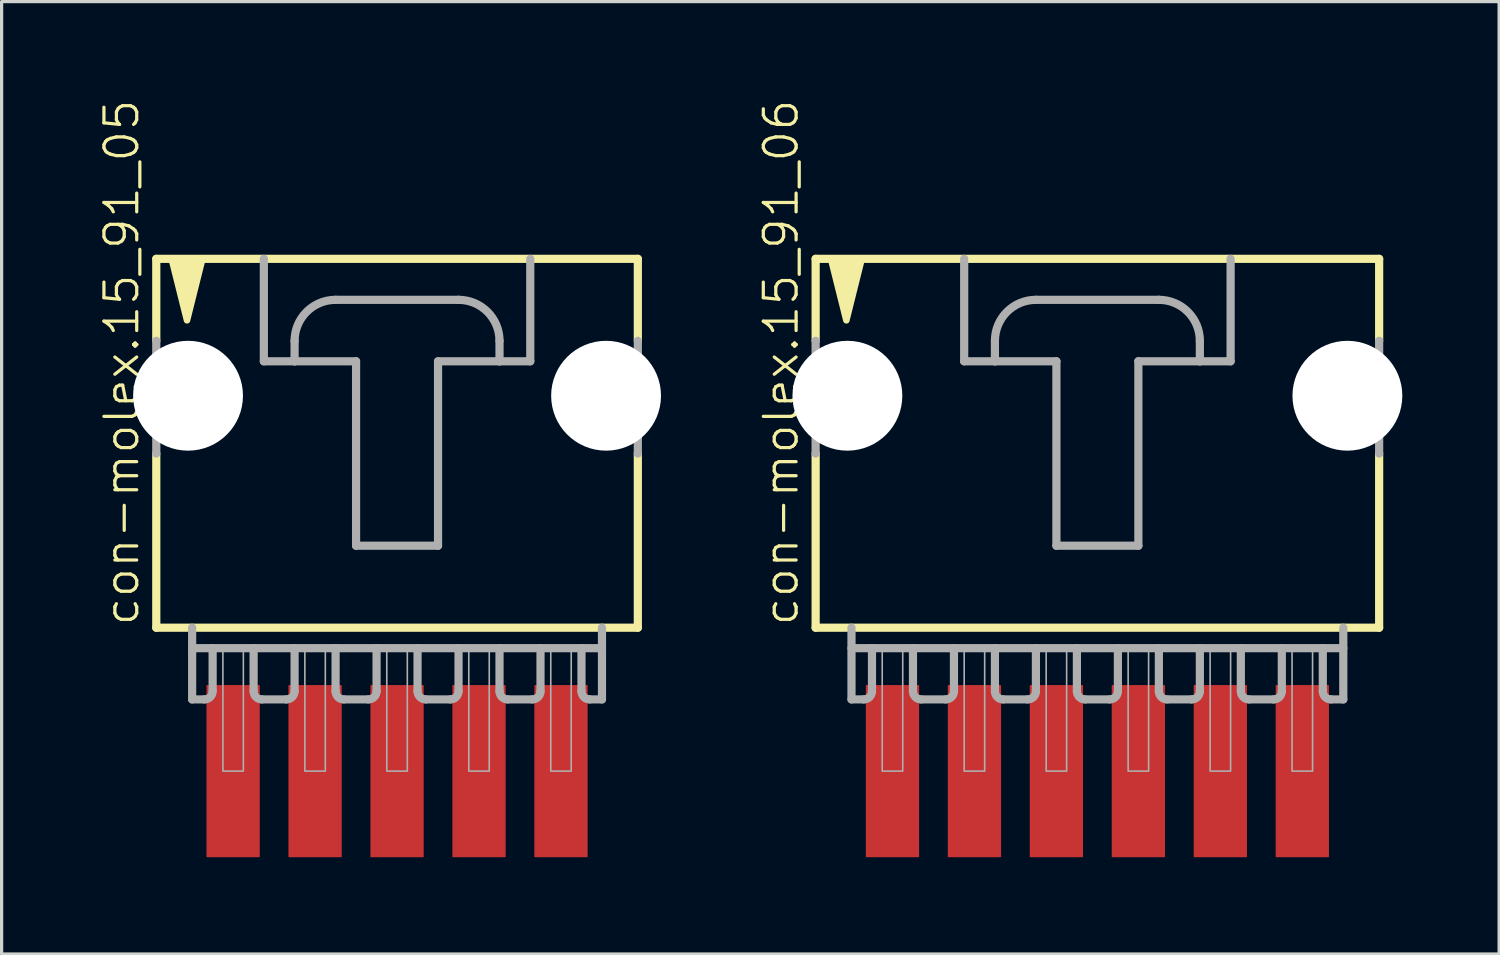
<source format=kicad_pcb>
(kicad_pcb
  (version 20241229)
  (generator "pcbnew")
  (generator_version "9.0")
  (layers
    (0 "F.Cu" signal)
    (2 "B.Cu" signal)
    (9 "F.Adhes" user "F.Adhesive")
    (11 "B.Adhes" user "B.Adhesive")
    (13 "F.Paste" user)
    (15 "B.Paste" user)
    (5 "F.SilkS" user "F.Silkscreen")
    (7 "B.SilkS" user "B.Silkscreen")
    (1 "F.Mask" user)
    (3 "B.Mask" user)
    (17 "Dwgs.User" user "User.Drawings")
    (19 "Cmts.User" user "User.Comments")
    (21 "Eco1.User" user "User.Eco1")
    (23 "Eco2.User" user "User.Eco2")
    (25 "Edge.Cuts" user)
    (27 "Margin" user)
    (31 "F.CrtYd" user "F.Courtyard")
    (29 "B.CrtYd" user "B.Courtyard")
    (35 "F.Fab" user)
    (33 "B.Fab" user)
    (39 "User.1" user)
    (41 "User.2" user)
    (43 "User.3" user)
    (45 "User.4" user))
  (footprint "con-molex.15_91_06"
    (layer "F.Cu")
    (at 30.956 10.051)
    (property "Reference" "con-molex.15_91_06" (at -9.207 6.35 90) (layer "F.SilkS") (effects (font (size 1.016 1.016) (thickness 0.1)) (justify left bottom)))
    (attr smd)
    (fp_line (start -8.731 -5.08) (end -8.731 -2.54) (stroke (width 0.254) (type default)) (layer "F.SilkS"))
    (fp_line (start -8.731 0.953) (end -8.731 6.35) (stroke (width 0.254) (type default)) (layer "F.SilkS"))
    (fp_line (start -8.731 6.35) (end 8.731 6.35) (stroke (width 0.254) (type default)) (layer "F.SilkS"))
    (fp_line (start 8.731 -5.08) (end -8.731 -5.08) (stroke (width 0.254) (type default)) (layer "F.SilkS"))
    (fp_line (start 8.731 -2.54) (end 8.731 -5.08) (stroke (width 0.254) (type default)) (layer "F.SilkS"))
    (fp_line (start 8.731 6.35) (end 8.731 0.953) (stroke (width 0.254) (type default)) (layer "F.SilkS"))
    (fp_poly (pts (xy -8.255 -5.08) (xy -7.779 -3.175) (xy -7.303 -5.08)) (stroke (width 0.203) (type default)) (fill yes) (layer "F.SilkS"))
    (fp_line (start -8.731 -2.54) (end -8.731 0.953) (stroke (width 0.254) (type default)) (layer "F.Fab"))
    (fp_line (start -7.62 6.35) (end -7.62 8.572) (stroke (width 0.254) (type default)) (layer "F.Fab"))
    (fp_line (start -7.62 6.985) (end -6.985 6.985) (stroke (width 0.254) (type default)) (layer "F.Fab"))
    (fp_line (start -7.239 8.572) (end -7.62 8.572) (stroke (width 0.254) (type default)) (layer "F.Fab"))
    (fp_line (start -6.985 6.985) (end -6.985 8.319) (stroke (width 0.254) (type default)) (layer "F.Fab"))
    (fp_line (start -6.985 6.985) (end -5.715 6.985) (stroke (width 0.254) (type default)) (layer "F.Fab"))
    (fp_line (start -5.715 6.985) (end -5.715 8.319) (stroke (width 0.254) (type default)) (layer "F.Fab"))
    (fp_line (start -5.715 6.985) (end -4.445 6.985) (stroke (width 0.254) (type default)) (layer "F.Fab"))
    (fp_line (start -4.699 8.572) (end -5.461 8.572) (stroke (width 0.254) (type default)) (layer "F.Fab"))
    (fp_line (start -4.445 6.985) (end -4.445 8.319) (stroke (width 0.254) (type default)) (layer "F.Fab"))
    (fp_line (start -4.445 6.985) (end -3.175 6.985) (stroke (width 0.254) (type default)) (layer "F.Fab"))
    (fp_line (start -4.128 -5.08) (end -4.128 -1.905) (stroke (width 0.254) (type default)) (layer "F.Fab"))
    (fp_line (start -4.128 -1.905) (end -3.175 -1.905) (stroke (width 0.254) (type default)) (layer "F.Fab"))
    (fp_line (start -3.175 -1.905) (end -3.175 -2.54) (stroke (width 0.254) (type default)) (layer "F.Fab"))
    (fp_line (start -3.175 -1.905) (end -1.27 -1.905) (stroke (width 0.254) (type default)) (layer "F.Fab"))
    (fp_line (start -3.175 6.985) (end -3.175 8.319) (stroke (width 0.254) (type default)) (layer "F.Fab"))
    (fp_line (start -3.175 6.985) (end -1.905 6.985) (stroke (width 0.254) (type default)) (layer "F.Fab"))
    (fp_line (start -2.159 8.572) (end -2.921 8.572) (stroke (width 0.254) (type default)) (layer "F.Fab"))
    (fp_line (start -1.905 -3.81) (end 1.905 -3.81) (stroke (width 0.254) (type default)) (layer "F.Fab"))
    (fp_line (start -1.905 6.985) (end -1.905 8.319) (stroke (width 0.254) (type default)) (layer "F.Fab"))
    (fp_line (start -1.905 6.985) (end -0.635 6.985) (stroke (width 0.254) (type default)) (layer "F.Fab"))
    (fp_line (start -1.27 -1.905) (end -1.27 3.81) (stroke (width 0.254) (type default)) (layer "F.Fab"))
    (fp_line (start -1.27 3.81) (end 1.27 3.81) (stroke (width 0.254) (type default)) (layer "F.Fab"))
    (fp_line (start -0.635 6.985) (end -0.635 8.319) (stroke (width 0.254) (type default)) (layer "F.Fab"))
    (fp_line (start -0.635 6.985) (end 0.635 6.985) (stroke (width 0.254) (type default)) (layer "F.Fab"))
    (fp_line (start 0.381 8.572) (end -0.381 8.572) (stroke (width 0.254) (type default)) (layer "F.Fab"))
    (fp_line (start 0.635 6.985) (end 0.635 8.319) (stroke (width 0.254) (type default)) (layer "F.Fab"))
    (fp_line (start 0.635 6.985) (end 1.905 6.985) (stroke (width 0.254) (type default)) (layer "F.Fab"))
    (fp_line (start 1.27 -1.905) (end 3.175 -1.905) (stroke (width 0.254) (type default)) (layer "F.Fab"))
    (fp_line (start 1.27 3.81) (end 1.27 -1.905) (stroke (width 0.254) (type default)) (layer "F.Fab"))
    (fp_line (start 1.905 6.985) (end 1.905 8.319) (stroke (width 0.254) (type default)) (layer "F.Fab"))
    (fp_line (start 1.905 6.985) (end 3.175 6.985) (stroke (width 0.254) (type default)) (layer "F.Fab"))
    (fp_line (start 2.921 8.572) (end 2.159 8.572) (stroke (width 0.254) (type default)) (layer "F.Fab"))
    (fp_line (start 3.175 -2.54) (end 3.175 -1.905) (stroke (width 0.254) (type default)) (layer "F.Fab"))
    (fp_line (start 3.175 -1.905) (end 4.128 -1.905) (stroke (width 0.254) (type default)) (layer "F.Fab"))
    (fp_line (start 3.175 6.985) (end 3.175 8.319) (stroke (width 0.254) (type default)) (layer "F.Fab"))
    (fp_line (start 3.175 6.985) (end 4.445 6.985) (stroke (width 0.254) (type default)) (layer "F.Fab"))
    (fp_line (start 4.128 -1.905) (end 4.128 -5.08) (stroke (width 0.254) (type default)) (layer "F.Fab"))
    (fp_line (start 4.445 6.985) (end 4.445 8.319) (stroke (width 0.254) (type default)) (layer "F.Fab"))
    (fp_line (start 4.445 6.985) (end 5.715 6.985) (stroke (width 0.254) (type default)) (layer "F.Fab"))
    (fp_line (start 5.461 8.572) (end 4.699 8.572) (stroke (width 0.254) (type default)) (layer "F.Fab"))
    (fp_line (start 5.715 6.985) (end 5.715 8.319) (stroke (width 0.254) (type default)) (layer "F.Fab"))
    (fp_line (start 5.715 6.985) (end 6.985 6.985) (stroke (width 0.254) (type default)) (layer "F.Fab"))
    (fp_line (start 6.985 6.985) (end 6.985 8.319) (stroke (width 0.254) (type default)) (layer "F.Fab"))
    (fp_line (start 6.985 6.985) (end 7.62 6.985) (stroke (width 0.254) (type default)) (layer "F.Fab"))
    (fp_line (start 7.239 8.572) (end 7.62 8.572) (stroke (width 0.254) (type default)) (layer "F.Fab"))
    (fp_line (start 7.62 8.572) (end 7.62 6.35) (stroke (width 0.254) (type default)) (layer "F.Fab"))
    (fp_line (start 8.731 -2.54) (end 8.731 0.953) (stroke (width 0.254) (type default)) (layer "F.Fab"))
    (fp_rect (start -6.668 10.795) (end -6.032 6.985) (stroke (width 0.05) (type default)) (fill no) (layer "F.Fab"))
    (fp_rect (start -4.128 10.795) (end -3.493 6.985) (stroke (width 0.05) (type default)) (fill no) (layer "F.Fab"))
    (fp_rect (start -1.587 10.795) (end -0.953 6.985) (stroke (width 0.05) (type default)) (fill no) (layer "F.Fab"))
    (fp_rect (start 0.953 10.795) (end 1.587 6.985) (stroke (width 0.05) (type default)) (fill no) (layer "F.Fab"))
    (fp_rect (start 3.493 10.795) (end 4.128 6.985) (stroke (width 0.05) (type default)) (fill no) (layer "F.Fab"))
    (fp_rect (start 6.032 10.795) (end 6.668 6.985) (stroke (width 0.05) (type default)) (fill no) (layer "F.Fab"))
    (fp_arc (start -6.985 8.3185) (mid -7.059395 8.498105) (end -7.239 8.5725) (stroke (width 0.254) (type default)) (layer "F.Fab"))
    (fp_arc (start -5.461 8.5725) (mid -5.640605 8.498105) (end -5.715 8.3185) (stroke (width 0.254) (type default)) (layer "F.Fab"))
    (fp_arc (start -4.445 8.3185) (mid -4.519395 8.498105) (end -4.699 8.5725) (stroke (width 0.254) (type default)) (layer "F.Fab"))
    (fp_arc (start -3.175 -2.54) (mid -2.803026 -3.438026) (end -1.905 -3.81) (stroke (width 0.254) (type default)) (layer "F.Fab"))
    (fp_arc (start -2.921 8.5725) (mid -3.100605 8.498105) (end -3.175 8.3185) (stroke (width 0.254) (type default)) (layer "F.Fab"))
    (fp_arc (start -1.905 8.3185) (mid -1.979395 8.498105) (end -2.159 8.5725) (stroke (width 0.254) (type default)) (layer "F.Fab"))
    (fp_arc (start -0.381 8.5725) (mid -0.560605 8.498105) (end -0.635 8.3185) (stroke (width 0.254) (type default)) (layer "F.Fab"))
    (fp_arc (start 0.635 8.3185) (mid 0.560605 8.498105) (end 0.381 8.5725) (stroke (width 0.254) (type default)) (layer "F.Fab"))
    (fp_arc (start 1.905 -3.81) (mid 2.803026 -3.438026) (end 3.175 -2.54) (stroke (width 0.254) (type default)) (layer "F.Fab"))
    (fp_arc (start 2.159 8.5725) (mid 1.979395 8.498105) (end 1.905 8.3185) (stroke (width 0.254) (type default)) (layer "F.Fab"))
    (fp_arc (start 3.175 8.3185) (mid 3.100605 8.498105) (end 2.921 8.5725) (stroke (width 0.254) (type default)) (layer "F.Fab"))
    (fp_arc (start 4.699 8.5725) (mid 4.519395 8.498105) (end 4.445 8.3185) (stroke (width 0.254) (type default)) (layer "F.Fab"))
    (fp_arc (start 5.715 8.3185) (mid 5.640605 8.498105) (end 5.461 8.5725) (stroke (width 0.254) (type default)) (layer "F.Fab"))
    (fp_arc (start 7.239 8.5725) (mid 7.059395 8.498105) (end 6.985 8.3185) (stroke (width 0.254) (type default)) (layer "F.Fab"))
    (pad "" np_thru_hole circle (at -7.747 -0.838) (size 3.404 3.404) (drill 3.404) (layers "*.Cu" "*.Mask"))
    (pad "" np_thru_hole circle (at 7.747 -0.838) (size 3.404 3.404) (drill 3.404) (layers "*.Cu" "*.Mask"))
    (pad "1" smd roundrect (at -6.35 10.795 90) (size 5.334 1.651) (layers "F.Cu" "F.Mask" "F.Paste") (roundrect_rratio 0.01))
    (pad "2" smd roundrect (at -3.81 10.795 90) (size 5.334 1.651) (layers "F.Cu" "F.Mask" "F.Paste") (roundrect_rratio 0.01))
    (pad "3" smd roundrect (at -1.27 10.795 90) (size 5.334 1.651) (layers "F.Cu" "F.Mask" "F.Paste") (roundrect_rratio 0.01))
    (pad "4" smd roundrect (at 1.27 10.795 90) (size 5.334 1.651) (layers "F.Cu" "F.Mask" "F.Paste") (roundrect_rratio 0.01))
    (pad "5" smd roundrect (at 3.81 10.795 90) (size 5.334 1.651) (layers "F.Cu" "F.Mask" "F.Paste") (roundrect_rratio 0.01))
    (pad "6" smd roundrect (at 6.35 10.795 90) (size 5.334 1.651) (layers "F.Cu" "F.Mask" "F.Paste") (roundrect_rratio 0.01)))
  (footprint "con-molex.15_91_05"
    (layer "F.Cu")
    (at 9.254 10.051)
    (property "Reference" "con-molex.15_91_05" (at -7.938 6.35 90) (layer "F.SilkS") (effects (font (size 1.016 1.016) (thickness 0.1)) (justify left bottom)))
    (attr smd)
    (fp_line (start -7.461 -5.08) (end -7.461 -2.54) (stroke (width 0.254) (type default)) (layer "F.SilkS"))
    (fp_line (start -7.461 0.953) (end -7.461 6.35) (stroke (width 0.254) (type default)) (layer "F.SilkS"))
    (fp_line (start -7.461 6.35) (end 7.461 6.35) (stroke (width 0.254) (type default)) (layer "F.SilkS"))
    (fp_line (start 7.461 -5.08) (end -7.461 -5.08) (stroke (width 0.254) (type default)) (layer "F.SilkS"))
    (fp_line (start 7.461 -2.54) (end 7.461 -5.08) (stroke (width 0.254) (type default)) (layer "F.SilkS"))
    (fp_line (start 7.461 6.35) (end 7.461 0.953) (stroke (width 0.254) (type default)) (layer "F.SilkS"))
    (fp_poly (pts (xy -6.985 -5.08) (xy -6.509 -3.175) (xy -6.032 -5.08)) (stroke (width 0.203) (type default)) (fill yes) (layer "F.SilkS"))
    (fp_line (start -7.461 -2.54) (end -7.461 0.953) (stroke (width 0.254) (type default)) (layer "F.Fab"))
    (fp_line (start -6.35 6.35) (end -6.35 8.572) (stroke (width 0.254) (type default)) (layer "F.Fab"))
    (fp_line (start -6.35 6.985) (end -5.715 6.985) (stroke (width 0.254) (type default)) (layer "F.Fab"))
    (fp_line (start -5.969 8.572) (end -6.35 8.572) (stroke (width 0.254) (type default)) (layer "F.Fab"))
    (fp_line (start -5.715 6.985) (end -5.715 8.319) (stroke (width 0.254) (type default)) (layer "F.Fab"))
    (fp_line (start -5.715 6.985) (end -4.445 6.985) (stroke (width 0.254) (type default)) (layer "F.Fab"))
    (fp_line (start -4.445 6.985) (end -4.445 8.319) (stroke (width 0.254) (type default)) (layer "F.Fab"))
    (fp_line (start -4.445 6.985) (end -3.175 6.985) (stroke (width 0.254) (type default)) (layer "F.Fab"))
    (fp_line (start -4.128 -5.08) (end -4.128 -1.905) (stroke (width 0.254) (type default)) (layer "F.Fab"))
    (fp_line (start -4.128 -1.905) (end -3.175 -1.905) (stroke (width 0.254) (type default)) (layer "F.Fab"))
    (fp_line (start -3.429 8.572) (end -4.191 8.572) (stroke (width 0.254) (type default)) (layer "F.Fab"))
    (fp_line (start -3.175 -1.905) (end -3.175 -2.54) (stroke (width 0.254) (type default)) (layer "F.Fab"))
    (fp_line (start -3.175 -1.905) (end -1.27 -1.905) (stroke (width 0.254) (type default)) (layer "F.Fab"))
    (fp_line (start -3.175 6.985) (end -3.175 8.319) (stroke (width 0.254) (type default)) (layer "F.Fab"))
    (fp_line (start -3.175 6.985) (end -1.905 6.985) (stroke (width 0.254) (type default)) (layer "F.Fab"))
    (fp_line (start -1.905 -3.81) (end 1.905 -3.81) (stroke (width 0.254) (type default)) (layer "F.Fab"))
    (fp_line (start -1.905 6.985) (end -1.905 8.319) (stroke (width 0.254) (type default)) (layer "F.Fab"))
    (fp_line (start -1.905 6.985) (end -0.635 6.985) (stroke (width 0.254) (type default)) (layer "F.Fab"))
    (fp_line (start -1.27 -1.905) (end -1.27 3.81) (stroke (width 0.254) (type default)) (layer "F.Fab"))
    (fp_line (start -1.27 3.81) (end 1.27 3.81) (stroke (width 0.254) (type default)) (layer "F.Fab"))
    (fp_line (start -0.889 8.572) (end -1.651 8.572) (stroke (width 0.254) (type default)) (layer "F.Fab"))
    (fp_line (start -0.635 6.985) (end -0.635 8.319) (stroke (width 0.254) (type default)) (layer "F.Fab"))
    (fp_line (start -0.635 6.985) (end 0.635 6.985) (stroke (width 0.254) (type default)) (layer "F.Fab"))
    (fp_line (start 0.635 6.985) (end 0.635 8.319) (stroke (width 0.254) (type default)) (layer "F.Fab"))
    (fp_line (start 0.635 6.985) (end 1.905 6.985) (stroke (width 0.254) (type default)) (layer "F.Fab"))
    (fp_line (start 1.27 -1.905) (end 3.175 -1.905) (stroke (width 0.254) (type default)) (layer "F.Fab"))
    (fp_line (start 1.27 3.81) (end 1.27 -1.905) (stroke (width 0.254) (type default)) (layer "F.Fab"))
    (fp_line (start 1.651 8.572) (end 0.889 8.572) (stroke (width 0.254) (type default)) (layer "F.Fab"))
    (fp_line (start 1.905 6.985) (end 1.905 8.319) (stroke (width 0.254) (type default)) (layer "F.Fab"))
    (fp_line (start 1.905 6.985) (end 3.175 6.985) (stroke (width 0.254) (type default)) (layer "F.Fab"))
    (fp_line (start 3.175 -2.54) (end 3.175 -1.905) (stroke (width 0.254) (type default)) (layer "F.Fab"))
    (fp_line (start 3.175 -1.905) (end 4.128 -1.905) (stroke (width 0.254) (type default)) (layer "F.Fab"))
    (fp_line (start 3.175 6.985) (end 3.175 8.319) (stroke (width 0.254) (type default)) (layer "F.Fab"))
    (fp_line (start 3.175 6.985) (end 4.445 6.985) (stroke (width 0.254) (type default)) (layer "F.Fab"))
    (fp_line (start 4.128 -1.905) (end 4.128 -5.08) (stroke (width 0.254) (type default)) (layer "F.Fab"))
    (fp_line (start 4.191 8.572) (end 3.429 8.572) (stroke (width 0.254) (type default)) (layer "F.Fab"))
    (fp_line (start 4.445 6.985) (end 4.445 8.319) (stroke (width 0.254) (type default)) (layer "F.Fab"))
    (fp_line (start 4.445 6.985) (end 5.715 6.985) (stroke (width 0.254) (type default)) (layer "F.Fab"))
    (fp_line (start 5.715 6.985) (end 5.715 8.319) (stroke (width 0.254) (type default)) (layer "F.Fab"))
    (fp_line (start 5.715 6.985) (end 6.35 6.985) (stroke (width 0.254) (type default)) (layer "F.Fab"))
    (fp_line (start 5.969 8.572) (end 6.35 8.572) (stroke (width 0.254) (type default)) (layer "F.Fab"))
    (fp_line (start 6.35 8.572) (end 6.35 6.35) (stroke (width 0.254) (type default)) (layer "F.Fab"))
    (fp_line (start 7.461 -2.54) (end 7.461 0.953) (stroke (width 0.254) (type default)) (layer "F.Fab"))
    (fp_rect (start -5.397 10.795) (end -4.763 6.985) (stroke (width 0.05) (type default)) (fill no) (layer "F.Fab"))
    (fp_rect (start -2.857 10.795) (end -2.223 6.985) (stroke (width 0.05) (type default)) (fill no) (layer "F.Fab"))
    (fp_rect (start -0.318 10.795) (end 0.318 6.985) (stroke (width 0.05) (type default)) (fill no) (layer "F.Fab"))
    (fp_rect (start 2.223 10.795) (end 2.857 6.985) (stroke (width 0.05) (type default)) (fill no) (layer "F.Fab"))
    (fp_rect (start 4.763 10.795) (end 5.397 6.985) (stroke (width 0.05) (type default)) (fill no) (layer "F.Fab"))
    (fp_arc (start -5.715 8.3185) (mid -5.789395 8.498105) (end -5.969 8.5725) (stroke (width 0.254) (type default)) (layer "F.Fab"))
    (fp_arc (start -4.191 8.5725) (mid -4.370605 8.498105) (end -4.445 8.3185) (stroke (width 0.254) (type default)) (layer "F.Fab"))
    (fp_arc (start -3.175 -2.54) (mid -2.803026 -3.438026) (end -1.905 -3.81) (stroke (width 0.254) (type default)) (layer "F.Fab"))
    (fp_arc (start -3.175 8.3185) (mid -3.249395 8.498105) (end -3.429 8.5725) (stroke (width 0.254) (type default)) (layer "F.Fab"))
    (fp_arc (start -1.651 8.5725) (mid -1.830605 8.498105) (end -1.905 8.3185) (stroke (width 0.254) (type default)) (layer "F.Fab"))
    (fp_arc (start -0.635 8.3185) (mid -0.709395 8.498105) (end -0.889 8.5725) (stroke (width 0.254) (type default)) (layer "F.Fab"))
    (fp_arc (start 0.889 8.5725) (mid 0.709395 8.498105) (end 0.635 8.3185) (stroke (width 0.254) (type default)) (layer "F.Fab"))
    (fp_arc (start 1.905 -3.81) (mid 2.803026 -3.438026) (end 3.175 -2.54) (stroke (width 0.254) (type default)) (layer "F.Fab"))
    (fp_arc (start 1.905 8.3185) (mid 1.830605 8.498105) (end 1.651 8.5725) (stroke (width 0.254) (type default)) (layer "F.Fab"))
    (fp_arc (start 3.429 8.5725) (mid 3.249395 8.498105) (end 3.175 8.3185) (stroke (width 0.254) (type default)) (layer "F.Fab"))
    (fp_arc (start 4.445 8.3185) (mid 4.370605 8.498105) (end 4.191 8.5725) (stroke (width 0.254) (type default)) (layer "F.Fab"))
    (fp_arc (start 5.969 8.5725) (mid 5.789395 8.498105) (end 5.715 8.3185) (stroke (width 0.254) (type default)) (layer "F.Fab"))
    (pad "" np_thru_hole circle (at -6.477 -0.838) (size 3.404 3.404) (drill 3.404) (layers "*.Cu" "*.Mask"))
    (pad "" np_thru_hole circle (at 6.477 -0.838) (size 3.404 3.404) (drill 3.404) (layers "*.Cu" "*.Mask"))
    (pad "1" smd roundrect (at -5.08 10.795 90) (size 5.334 1.651) (layers "F.Cu" "F.Mask" "F.Paste") (roundrect_rratio 0.01))
    (pad "2" smd roundrect (at -2.54 10.795 90) (size 5.334 1.651) (layers "F.Cu" "F.Mask" "F.Paste") (roundrect_rratio 0.01))
    (pad "3" smd roundrect (at 0 10.795 90) (size 5.334 1.651) (layers "F.Cu" "F.Mask" "F.Paste") (roundrect_rratio 0.01))
    (pad "4" smd roundrect (at 2.54 10.795 90) (size 5.334 1.651) (layers "F.Cu" "F.Mask" "F.Paste") (roundrect_rratio 0.01))
    (pad "5" smd roundrect (at 5.08 10.795 90) (size 5.334 1.651) (layers "F.Cu" "F.Mask" "F.Paste") (roundrect_rratio 0.01)))
  (gr_rect
    (start -3 -3)
    (end 43.405 26.513)
    (stroke (width 0.1) (type default))
    (fill no)
    (layer "Edge.Cuts")))
</source>
